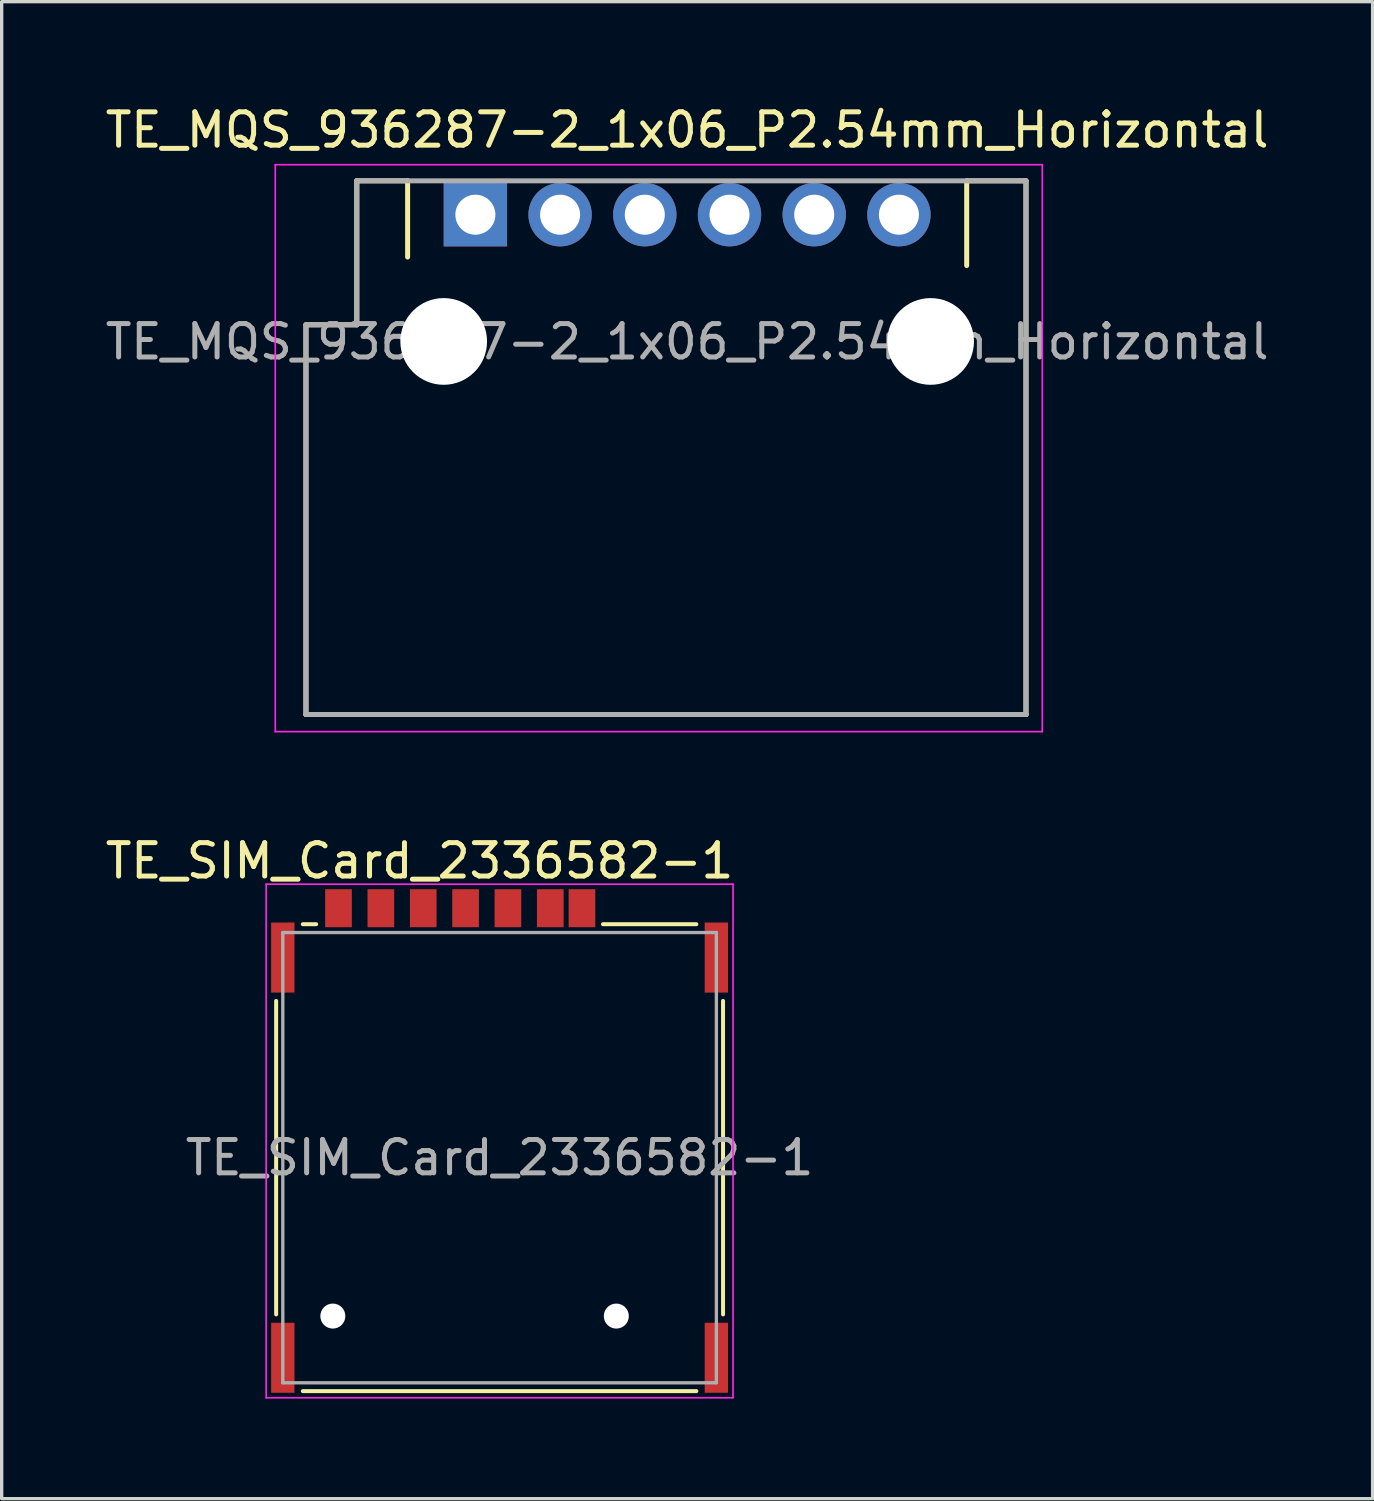
<source format=kicad_pcb>
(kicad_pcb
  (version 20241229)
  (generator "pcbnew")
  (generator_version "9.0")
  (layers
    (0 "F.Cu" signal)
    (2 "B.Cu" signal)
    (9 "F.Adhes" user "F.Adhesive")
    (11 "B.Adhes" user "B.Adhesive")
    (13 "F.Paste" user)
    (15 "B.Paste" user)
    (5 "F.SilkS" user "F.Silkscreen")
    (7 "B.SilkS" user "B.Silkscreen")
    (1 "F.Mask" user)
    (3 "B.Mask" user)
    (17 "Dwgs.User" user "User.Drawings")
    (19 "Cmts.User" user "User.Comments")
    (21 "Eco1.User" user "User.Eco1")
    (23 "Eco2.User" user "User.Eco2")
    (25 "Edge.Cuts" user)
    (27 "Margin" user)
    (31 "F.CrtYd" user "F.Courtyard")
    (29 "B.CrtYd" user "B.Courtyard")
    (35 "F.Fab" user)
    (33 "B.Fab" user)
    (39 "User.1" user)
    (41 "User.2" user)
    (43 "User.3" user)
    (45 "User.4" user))
  (footprint "TE_MQS_936287-2_1x06_P2.54mm_Horizontal"
    (layer "F.Cu")
    (at 11.204 3.388)
    (property "Reference" "TE_MQS_936287-2_1x06_P2.54mm_Horizontal" (at 6.35 -2.54 0) (layer "F.SilkS") (effects (font (size 1 1) (thickness 0.15))))
    (attr through_hole)
    (fp_line (start -5.08 3.302) (end -5.08 14.986) (stroke (width 0.15) (type solid)) (layer "F.SilkS"))
    (fp_line (start -5.08 14.986) (end 16.51 14.986) (stroke (width 0.15) (type solid)) (layer "F.SilkS"))
    (fp_line (start -3.556 -1.018) (end -3.556 3.3) (stroke (width 0.15) (type solid)) (layer "F.SilkS"))
    (fp_line (start -3.556 -1.016) (end -2.032 -1.016) (stroke (width 0.15) (type solid)) (layer "F.SilkS"))
    (fp_line (start -3.556 3.3) (end -5.08 3.3) (stroke (width 0.15) (type solid)) (layer "F.SilkS"))
    (fp_line (start -2.032 -1.016) (end -2.032 1.27) (stroke (width 0.15) (type solid)) (layer "F.SilkS"))
    (fp_line (start 14.732 -1.016) (end 14.732 1.524) (stroke (width 0.15) (type solid)) (layer "F.SilkS"))
    (fp_line (start 16.51 -1.016) (end 14.732 -1.016) (stroke (width 0.15) (type solid)) (layer "F.SilkS"))
    (fp_line (start 16.51 14.986) (end 16.51 -1.016) (stroke (width 0.15) (type solid)) (layer "F.SilkS"))
    (fp_line (start -6 -1.5) (end 17 -1.5) (stroke (width 0.05) (type solid)) (layer "F.CrtYd"))
    (fp_line (start -6 15.5) (end -6 -1.5) (stroke (width 0.05) (type solid)) (layer "F.CrtYd"))
    (fp_line (start 17 -1.5) (end 17 15.5) (stroke (width 0.05) (type solid)) (layer "F.CrtYd"))
    (fp_line (start 17 15.5) (end -6 15.5) (stroke (width 0.05) (type solid)) (layer "F.CrtYd"))
    (fp_line (start -5.08 3.302) (end -5.08 14.986) (stroke (width 0.15) (type solid)) (layer "F.Fab"))
    (fp_line (start -5.08 14.986) (end 16.51 14.986) (stroke (width 0.15) (type solid)) (layer "F.Fab"))
    (fp_line (start -3.556 -1.016) (end -3.556 3.302) (stroke (width 0.15) (type solid)) (layer "F.Fab"))
    (fp_line (start -3.556 -1.016) (end 16.51 -1.016) (stroke (width 0.15) (type solid)) (layer "F.Fab"))
    (fp_line (start -3.556 3.302) (end -5.08 3.302) (stroke (width 0.15) (type solid)) (layer "F.Fab"))
    (fp_line (start 16.51 14.986) (end 16.51 -1.016) (stroke (width 0.15) (type solid)) (layer "F.Fab"))
    (fp_text user "${REFERENCE}" (at 6.35 3.81 0) (layer "F.Fab") (effects (font (size 1 1) (thickness 0.15))))
    (pad "" np_thru_hole circle (at -0.95 3.8) (size 2.6 2.6) (drill 2.6) (layers "*.Cu" "*.Mask"))
    (pad "" np_thru_hole circle (at 13.65 3.8) (size 2.6 2.6) (drill 2.6) (layers "*.Cu" "*.Mask"))
    (pad "1" thru_hole rect (at 0 0) (size 1.9 1.9) (drill 1.2) (layers "*.Cu" "*.Mask"))
    (pad "2" thru_hole circle (at 2.54 0) (size 1.9 1.9) (drill 1.2) (layers "*.Cu" "*.Mask"))
    (pad "3" thru_hole circle (at 5.08 0) (size 1.9 1.9) (drill 1.2) (layers "*.Cu" "*.Mask"))
    (pad "4" thru_hole circle (at 7.62 0) (size 1.9 1.9) (drill 1.2) (layers "*.Cu" "*.Mask"))
    (pad "5" thru_hole circle (at 10.16 0) (size 1.9 1.9) (drill 1.2) (layers "*.Cu" "*.Mask"))
    (pad "6" thru_hole circle (at 12.7 0) (size 1.9 1.9) (drill 1.2) (layers "*.Cu" "*.Mask")))
  (footprint "TE_SIM_Card_2336582-1"
    (layer "F.Cu")
    (at 11.93 31.662)
    (property "Reference" "TE_SIM_Card_2336582-1" (at -2.4 -8.9 0) (layer "F.SilkS") (effects (font (size 1 1) (thickness 0.15))))
    (attr smd)
    (fp_line (start -6.7 4.7) (end -6.7 -4.7) (stroke (width 0.12) (type solid)) (layer "F.SilkS"))
    (fp_line (start -5.9 -7) (end -5.5 -7) (stroke (width 0.12) (type solid)) (layer "F.SilkS"))
    (fp_line (start -5.9 7) (end 5.9 7) (stroke (width 0.12) (type solid)) (layer "F.SilkS"))
    (fp_line (start 3.1 -7) (end 5.9 -7) (stroke (width 0.12) (type solid)) (layer "F.SilkS"))
    (fp_line (start 6.7 4.7) (end 6.7 -4.7) (stroke (width 0.12) (type solid)) (layer "F.SilkS"))
    (fp_line (start -7 -8.2) (end -7 7.2) (stroke (width 0.05) (type solid)) (layer "F.CrtYd"))
    (fp_line (start -7 7.2) (end 7 7.2) (stroke (width 0.05) (type solid)) (layer "F.CrtYd"))
    (fp_line (start 7 -8.2) (end -7 -8.2) (stroke (width 0.05) (type solid)) (layer "F.CrtYd"))
    (fp_line (start 7 7.2) (end 7 -8.2) (stroke (width 0.05) (type solid)) (layer "F.CrtYd"))
    (fp_line (start -6.5 -6.75) (end 6.5 -6.75) (stroke (width 0.1) (type solid)) (layer "F.Fab"))
    (fp_line (start -6.5 6.75) (end -6.5 -6.75) (stroke (width 0.1) (type solid)) (layer "F.Fab"))
    (fp_line (start -6.5 6.75) (end 6.5 6.75) (stroke (width 0.1) (type solid)) (layer "F.Fab"))
    (fp_line (start 6.5 -6.75) (end 6.5 6.75) (stroke (width 0.1) (type solid)) (layer "F.Fab"))
    (fp_text user "${REFERENCE}" (at 0 0 0) (layer "F.Fab") (effects (font (size 1 1) (thickness 0.15))))
    (pad "" np_thru_hole circle (at -5 4.75) (size 0.75 0.75) (drill 0.75) (layers "*.Cu" "*.Mask"))
    (pad "" np_thru_hole circle (at 3.5 4.75) (size 0.75 0.75) (drill 0.75) (layers "*.Cu" "*.Mask"))
    (pad "C1" smd rect (at 0.25 -7.48) (size 0.8 1.14) (layers "F.Cu" "F.Mask" "F.Paste"))
    (pad "C2" smd rect (at -2.29 -7.48) (size 0.8 1.14) (layers "F.Cu" "F.Mask" "F.Paste"))
    (pad "C3" smd rect (at -4.83 -7.48) (size 0.8 1.14) (layers "F.Cu" "F.Mask" "F.Paste"))
    (pad "C5" smd rect (at 1.52 -7.48) (size 0.8 1.14) (layers "F.Cu" "F.Mask" "F.Paste"))
    (pad "C6" smd rect (at -1.02 -7.48) (size 0.8 1.14) (layers "F.Cu" "F.Mask" "F.Paste"))
    (pad "C7" smd rect (at -3.56 -7.48) (size 0.8 1.14) (layers "F.Cu" "F.Mask" "F.Paste"))
    (pad "CD" smd rect (at 2.47 -7.48) (size 0.8 1.14) (layers "F.Cu" "F.Mask" "F.Paste"))
    (pad "SH" smd rect (at -6.5 -6) (size 0.7 2.1) (layers "F.Cu" "F.Mask" "F.Paste"))
    (pad "SH" smd rect (at -6.5 6) (size 0.7 2.1) (layers "F.Cu" "F.Mask" "F.Paste"))
    (pad "SH" smd rect (at 6.5 -6) (size 0.7 2.1) (layers "F.Cu" "F.Mask" "F.Paste"))
    (pad "SH" smd rect (at 6.5 6) (size 0.7 2.1) (layers "F.Cu" "F.Mask" "F.Paste")))
  (gr_rect
    (start -3 -3)
    (end 38.107 41.886)
    (stroke (width 0.1) (type default))
    (fill no)
    (layer "Edge.Cuts")))
</source>
